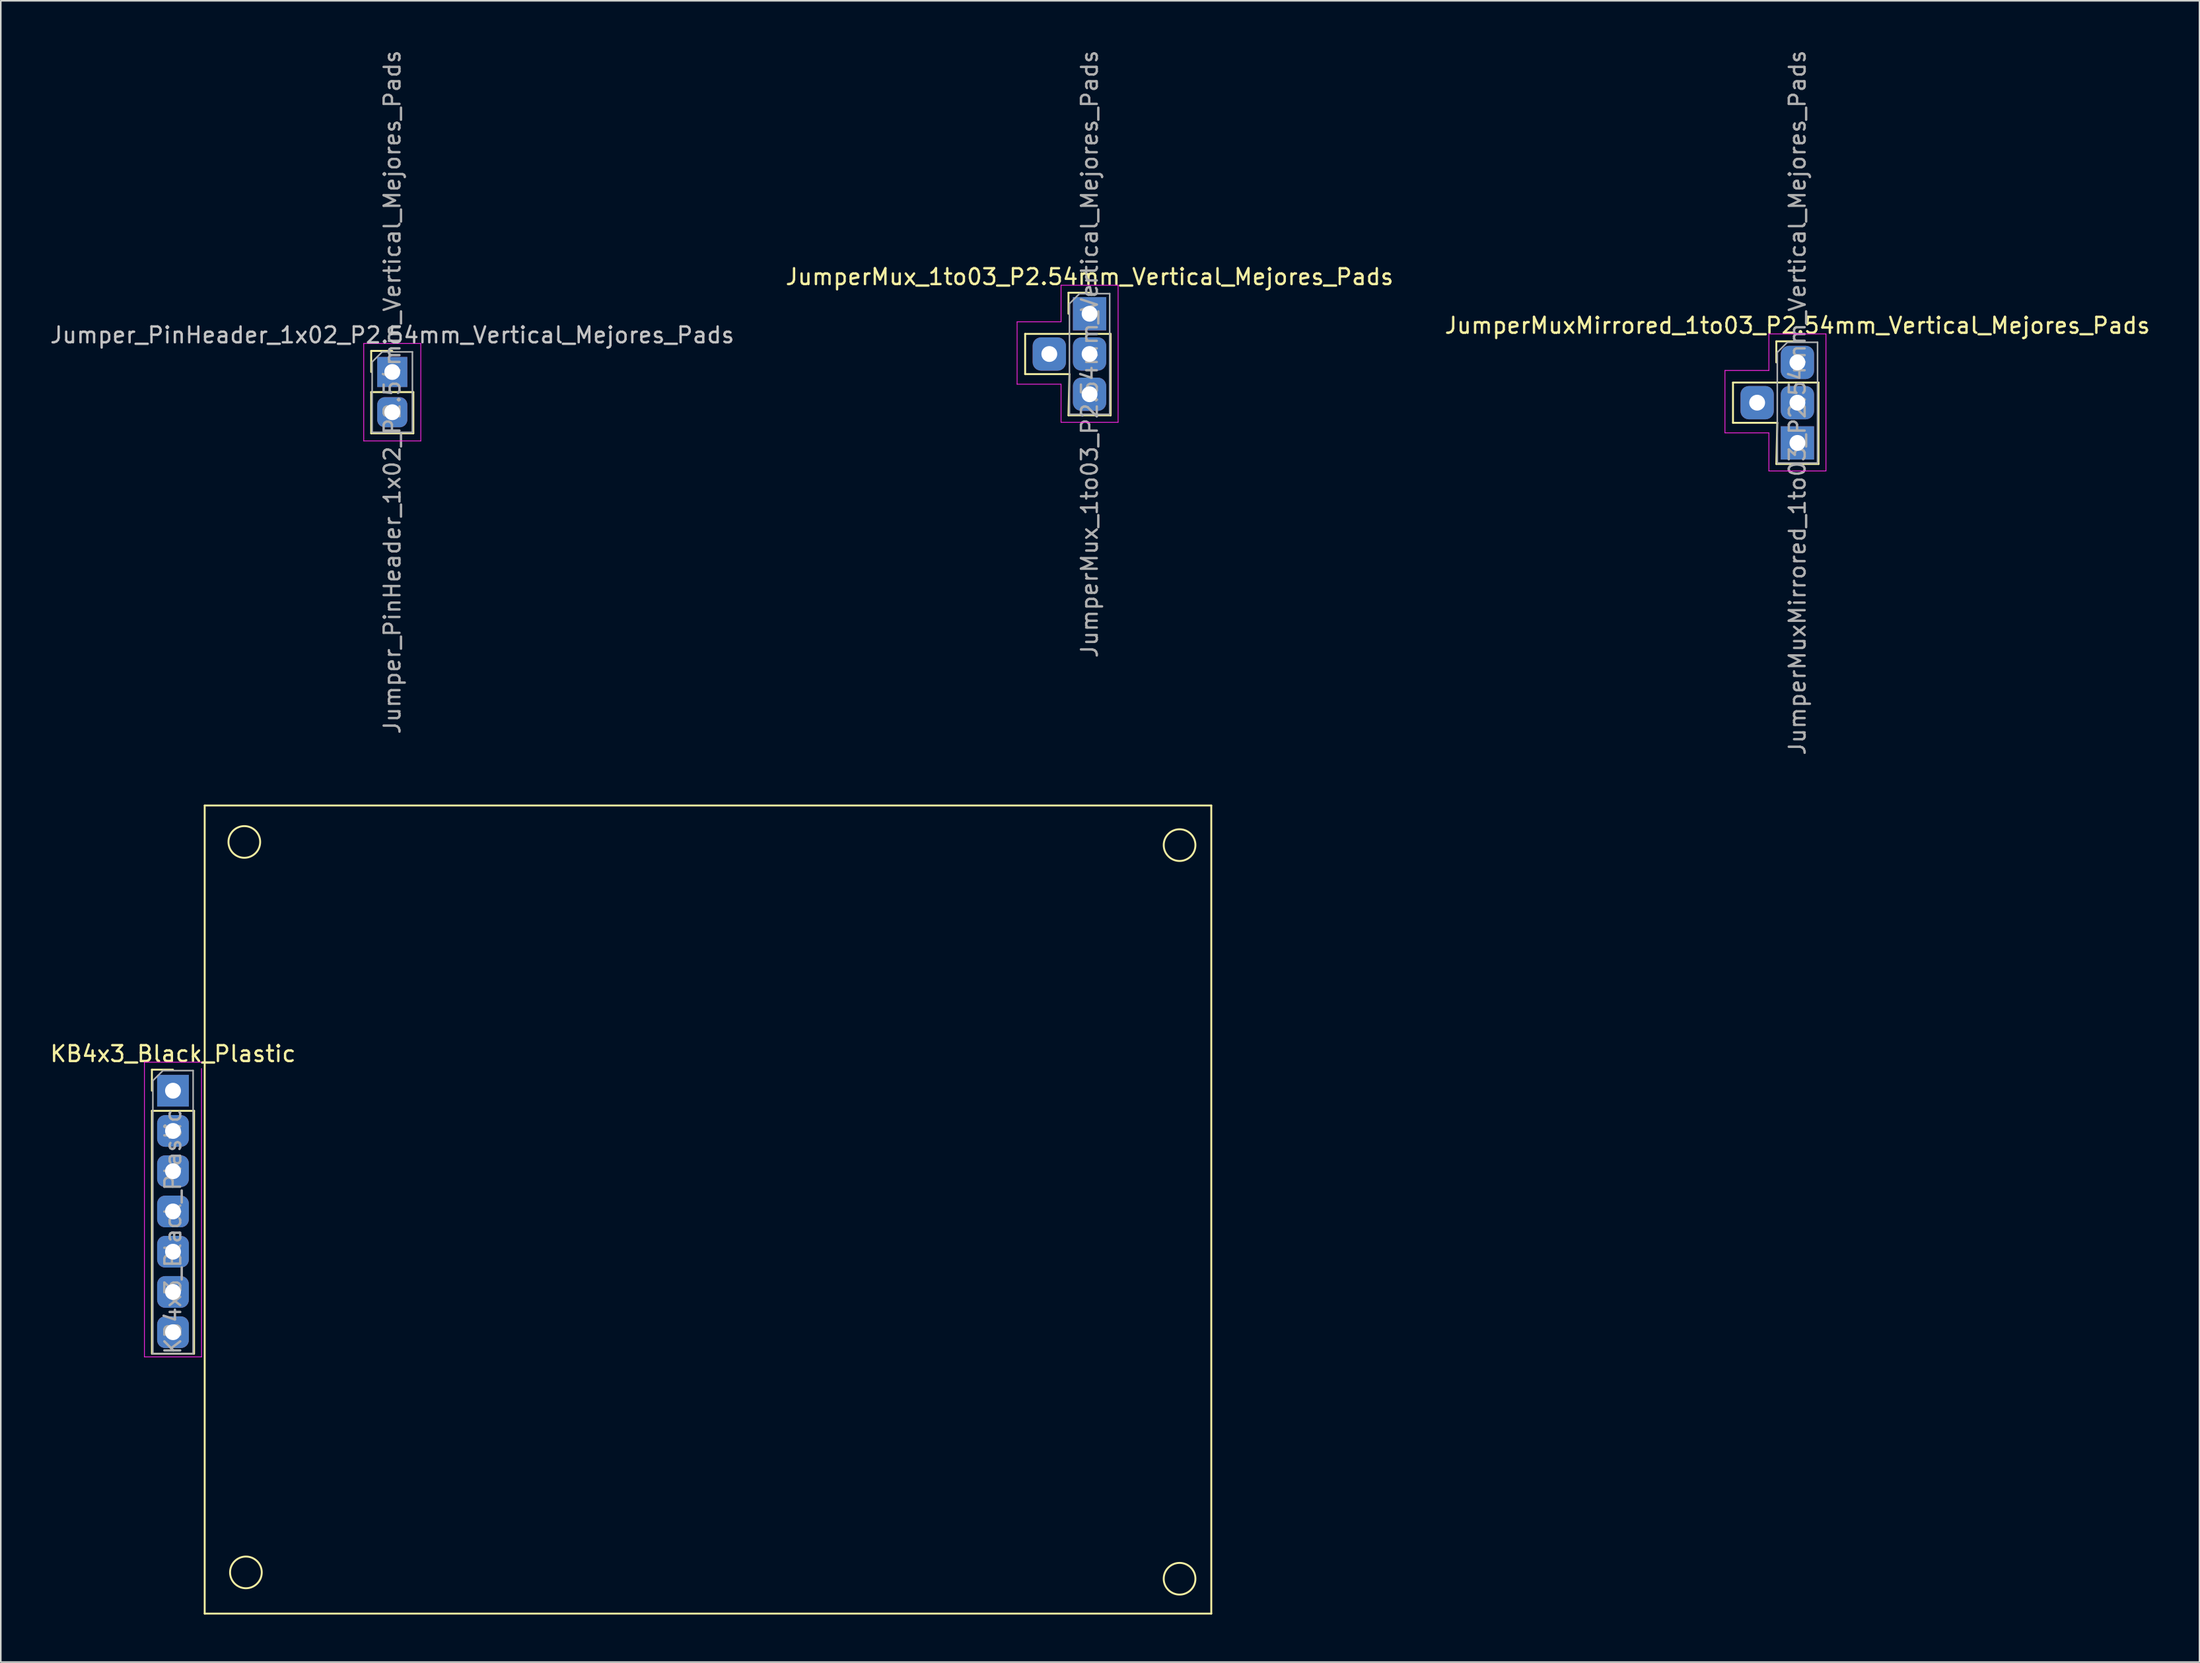
<source format=kicad_pcb>
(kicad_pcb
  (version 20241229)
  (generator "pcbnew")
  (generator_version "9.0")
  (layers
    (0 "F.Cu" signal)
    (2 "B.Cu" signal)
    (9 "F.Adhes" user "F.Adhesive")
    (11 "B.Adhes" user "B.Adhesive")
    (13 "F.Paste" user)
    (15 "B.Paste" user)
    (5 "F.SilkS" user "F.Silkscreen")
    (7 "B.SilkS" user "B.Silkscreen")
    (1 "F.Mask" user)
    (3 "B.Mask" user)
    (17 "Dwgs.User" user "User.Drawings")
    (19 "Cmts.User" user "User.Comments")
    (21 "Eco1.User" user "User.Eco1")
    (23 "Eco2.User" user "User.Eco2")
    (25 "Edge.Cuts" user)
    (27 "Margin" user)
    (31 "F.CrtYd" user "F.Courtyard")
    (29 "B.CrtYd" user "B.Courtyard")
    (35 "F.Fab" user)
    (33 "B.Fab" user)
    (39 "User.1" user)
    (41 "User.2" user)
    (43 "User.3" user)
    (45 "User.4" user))
  (footprint "Jumper_PinHeader_1x02_P2.54mm_Vertical_Mejores_Pads"
    (layer "F.Cu")
    (at 21.696 20.426)
    (property "Reference" "Jumper_PinHeader_1x02_P2.54mm_Vertical_Mejores_Pads" (at 0 -2.33 0) (layer "Dwgs.User") (effects (font (size 1 1) (thickness 0.15))))
    (attr through_hole)
    (fp_line (start -1.33 -1.33) (end 0 -1.33) (stroke (width 0.12) (type solid)) (layer "F.SilkS"))
    (fp_line (start -1.33 0) (end -1.33 -1.33) (stroke (width 0.12) (type solid)) (layer "F.SilkS"))
    (fp_line (start -1.33 1.27) (end -1.33 3.87) (stroke (width 0.12) (type solid)) (layer "F.SilkS"))
    (fp_line (start -1.33 1.27) (end 1.33 1.27) (stroke (width 0.12) (type solid)) (layer "F.SilkS"))
    (fp_line (start -1.33 3.87) (end 1.33 3.87) (stroke (width 0.12) (type solid)) (layer "F.SilkS"))
    (fp_line (start 1.33 1.27) (end 1.33 3.87) (stroke (width 0.12) (type solid)) (layer "F.SilkS"))
    (fp_line (start -1.8 -1.8) (end -1.8 4.35) (stroke (width 0.05) (type solid)) (layer "F.CrtYd"))
    (fp_line (start -1.8 4.35) (end 1.8 4.35) (stroke (width 0.05) (type solid)) (layer "F.CrtYd"))
    (fp_line (start 1.8 -1.8) (end -1.8 -1.8) (stroke (width 0.05) (type solid)) (layer "F.CrtYd"))
    (fp_line (start 1.8 4.35) (end 1.8 -1.8) (stroke (width 0.05) (type solid)) (layer "F.CrtYd"))
    (fp_line (start -1.27 -0.635) (end -0.635 -1.27) (stroke (width 0.1) (type solid)) (layer "F.Fab"))
    (fp_line (start -1.27 3.81) (end -1.27 -0.635) (stroke (width 0.1) (type solid)) (layer "F.Fab"))
    (fp_line (start -0.635 -1.27) (end 1.27 -1.27) (stroke (width 0.1) (type solid)) (layer "F.Fab"))
    (fp_line (start 1.27 -1.27) (end 1.27 3.81) (stroke (width 0.1) (type solid)) (layer "F.Fab"))
    (fp_line (start 1.27 3.81) (end -1.27 3.81) (stroke (width 0.1) (type solid)) (layer "F.Fab"))
    (fp_text user "${REFERENCE}" (at 0 1.27 90) (layer "F.Fab") (effects (font (size 1 1) (thickness 0.15))))
    (pad "1" thru_hole rect (at 0 0) (size 1.9 1.9) (drill 1) (layers "*.Cu" "*.Mask"))
    (pad "2" thru_hole roundrect (at 0 2.54) (size 1.9 1.9) (drill 1) (layers "*.Cu" "*.Mask") (roundrect_rratio 0.25)))
  (footprint "JumperMux_1to03_P2.54mm_Vertical_Mejores_Pads"
    (layer "F.Cu")
    (at 65.685 16.752)
    (property "Reference" "JumperMux_1to03_P2.54mm_Vertical_Mejores_Pads" (at 0 -2.33 0) (layer "F.SilkS") (effects (font (size 1 1) (thickness 0.15))))
    (attr through_hole)
    (fp_line (start -4.064 1.27) (end -4.064 3.81) (stroke (width 0.12) (type solid)) (layer "F.SilkS"))
    (fp_line (start -1.33 -1.33) (end 0 -1.33) (stroke (width 0.12) (type solid)) (layer "F.SilkS"))
    (fp_line (start -1.33 0) (end -1.33 -1.33) (stroke (width 0.12) (type solid)) (layer "F.SilkS"))
    (fp_line (start -1.33 1.27) (end -4.064 1.27) (stroke (width 0.12) (type solid)) (layer "F.SilkS"))
    (fp_line (start -1.33 1.27) (end 1.33 1.27) (stroke (width 0.12) (type solid)) (layer "F.SilkS"))
    (fp_line (start -1.33 6.41) (end 1.33 6.41) (stroke (width 0.12) (type solid)) (layer "F.SilkS"))
    (fp_line (start -1.27 3.81) (end -4.064 3.81) (stroke (width 0.12) (type solid)) (layer "F.SilkS"))
    (fp_line (start -1.27 3.81) (end -1.33 6.41) (stroke (width 0.12) (type solid)) (layer "F.SilkS"))
    (fp_line (start 1.33 1.27) (end 1.33 6.41) (stroke (width 0.12) (type solid)) (layer "F.SilkS"))
    (fp_line (start -4.572 0.508) (end -4.572 4.445) (stroke (width 0.05) (type solid)) (layer "F.CrtYd"))
    (fp_line (start -4.572 0.508) (end -1.8 0.508) (stroke (width 0.05) (type solid)) (layer "F.CrtYd"))
    (fp_line (start -1.8 -1.8) (end -1.8 0.508) (stroke (width 0.05) (type solid)) (layer "F.CrtYd"))
    (fp_line (start -1.8 4.445) (end -4.572 4.445) (stroke (width 0.05) (type solid)) (layer "F.CrtYd"))
    (fp_line (start -1.8 4.445) (end -1.8 6.85) (stroke (width 0.05) (type solid)) (layer "F.CrtYd"))
    (fp_line (start -1.8 6.85) (end 1.8 6.85) (stroke (width 0.05) (type solid)) (layer "F.CrtYd"))
    (fp_line (start 1.8 -1.8) (end -1.8 -1.8) (stroke (width 0.05) (type solid)) (layer "F.CrtYd"))
    (fp_line (start 1.8 6.85) (end 1.8 -1.8) (stroke (width 0.05) (type solid)) (layer "F.CrtYd"))
    (fp_line (start -1.27 -0.635) (end -0.635 -1.27) (stroke (width 0.1) (type solid)) (layer "F.Fab"))
    (fp_line (start -1.27 6.35) (end -1.27 -0.635) (stroke (width 0.1) (type solid)) (layer "F.Fab"))
    (fp_line (start -0.635 -1.27) (end 1.27 -1.27) (stroke (width 0.1) (type solid)) (layer "F.Fab"))
    (fp_line (start 1.27 -1.27) (end 1.27 6.35) (stroke (width 0.1) (type solid)) (layer "F.Fab"))
    (fp_line (start 1.27 6.35) (end -1.27 6.35) (stroke (width 0.1) (type solid)) (layer "F.Fab"))
    (fp_text user "${REFERENCE}" (at 0 2.54 90) (layer "F.Fab") (effects (font (size 1 1) (thickness 0.15))))
    (pad "1" thru_hole rect (at 0 0) (size 2.1 2.1) (drill 1) (layers "*.Cu" "*.Mask"))
    (pad "2" thru_hole roundrect (at 0 2.54) (size 2.1 2.1) (drill 1) (layers "*.Cu" "*.Mask") (roundrect_rratio 0.25))
    (pad "3" thru_hole roundrect (at 0 5.08) (size 2.1 2.1) (drill 1) (layers "*.Cu" "*.Mask") (roundrect_rratio 0.25))
    (pad "4" thru_hole roundrect (at -2.54 2.54) (size 2.1 2.1) (drill 1) (layers "*.Cu" "*.Mask") (roundrect_rratio 0.25)))
  (footprint "KB4x3_Black_Plastic"
    (layer "F.Cu")
    (at 7.863 65.786)
    (property "Reference" "KB4x3_Black_Plastic" (at 0 -2.33 0) (layer "F.SilkS") (effects (font (size 1 1) (thickness 0.15))))
    (attr through_hole)
    (fp_line (start -1.33 -1.33) (end 0 -1.33) (stroke (width 0.12) (type solid)) (layer "F.SilkS"))
    (fp_line (start -1.33 0) (end -1.33 -1.33) (stroke (width 0.12) (type solid)) (layer "F.SilkS"))
    (fp_line (start -1.33 1.27) (end -1.33 16.6) (stroke (width 0.12) (type solid)) (layer "F.SilkS"))
    (fp_line (start -1.33 1.27) (end 1.33 1.27) (stroke (width 0.12) (type solid)) (layer "F.SilkS"))
    (fp_line (start -1.3 16.6) (end 1.3 16.6) (stroke (width 0.12) (type solid)) (layer "F.SilkS"))
    (fp_line (start 1.33 1.27) (end 1.33 16.6) (stroke (width 0.12) (type solid)) (layer "F.SilkS"))
    (fp_line (start 2 -18) (end 65.5 -18) (stroke (width 0.12) (type default)) (layer "F.SilkS"))
    (fp_line (start 2 33) (end 2 -18) (stroke (width 0.12) (type default)) (layer "F.SilkS"))
    (fp_line (start 65.5 -18) (end 65.5 33) (stroke (width 0.12) (type default)) (layer "F.SilkS"))
    (fp_line (start 65.5 33) (end 2 33) (stroke (width 0.12) (type default)) (layer "F.SilkS"))
    (fp_circle (center 4.5 -15.7) (end 5.5 -15.7) (stroke (width 0.12) (type solid)) (fill no) (layer "F.SilkS"))
    (fp_circle (center 4.6 30.4) (end 5.6 30.4) (stroke (width 0.12) (type solid)) (fill no) (layer "F.SilkS"))
    (fp_circle (center 63.5 -15.5) (end 64.5 -15.5) (stroke (width 0.12) (type solid)) (fill no) (layer "F.SilkS"))
    (fp_circle (center 63.5 30.8) (end 64.5 30.8) (stroke (width 0.12) (type solid)) (fill no) (layer "F.SilkS"))
    (fp_line (start -1.8 -1.8) (end -1.8 16.8) (stroke (width 0.05) (type solid)) (layer "F.CrtYd"))
    (fp_line (start -1.8 16.8) (end 1.8 16.8) (stroke (width 0.05) (type solid)) (layer "F.CrtYd"))
    (fp_line (start 1.8 -1.8) (end -1.8 -1.8) (stroke (width 0.05) (type solid)) (layer "F.CrtYd"))
    (fp_line (start 1.8 16.8) (end 1.8 -1.4) (stroke (width 0.05) (type solid)) (layer "F.CrtYd"))
    (fp_line (start -1.27 -0.635) (end -0.635 -1.27) (stroke (width 0.1) (type solid)) (layer "F.Fab"))
    (fp_line (start -1.27 16.6) (end -1.27 -0.635) (stroke (width 0.1) (type solid)) (layer "F.Fab"))
    (fp_line (start -0.635 -1.27) (end 1.27 -1.27) (stroke (width 0.1) (type solid)) (layer "F.Fab"))
    (fp_line (start 1.24 16.6) (end -1.3 16.6) (stroke (width 0.1) (type solid)) (layer "F.Fab"))
    (fp_line (start 1.27 -1.27) (end 1.27 16.6) (stroke (width 0.1) (type solid)) (layer "F.Fab"))
    (fp_text user "${REFERENCE}" (at 0 8.89 90) (layer "F.Fab") (effects (font (size 1 1) (thickness 0.15))))
    (pad "1" thru_hole rect (at 0 0) (size 2 2) (drill 1) (layers "*.Cu" "*.Mask"))
    (pad "2" thru_hole roundrect (at 0 2.54) (size 2 2) (drill 1) (layers "*.Cu" "*.Mask") (roundrect_rratio 0.25))
    (pad "3" thru_hole roundrect (at 0 5.08) (size 2 2) (drill 1) (layers "*.Cu" "*.Mask") (roundrect_rratio 0.25))
    (pad "4" thru_hole roundrect (at 0 7.62) (size 2 2) (drill 1) (layers "*.Cu" "*.Mask") (roundrect_rratio 0.25))
    (pad "5" thru_hole roundrect (at 0 10.16) (size 2 2) (drill 1) (layers "*.Cu" "*.Mask") (roundrect_rratio 0.25))
    (pad "6" thru_hole roundrect (at 0 12.7) (size 2 2) (drill 1) (layers "*.Cu" "*.Mask") (roundrect_rratio 0.25))
    (pad "7" thru_hole roundrect (at 0 15.24) (size 2 2) (drill 1) (layers "*.Cu" "*.Mask") (roundrect_rratio 0.25)))
  (footprint "JumperMuxMirrored_1to03_P2.54mm_Vertical_Mejores_Pads"
    (layer "F.Cu")
    (at 110.339 19.823)
    (property "Reference" "JumperMuxMirrored_1to03_P2.54mm_Vertical_Mejores_Pads" (at 0 -2.33 0) (layer "F.SilkS") (effects (font (size 1 1) (thickness 0.15))))
    (attr through_hole)
    (fp_line (start -4.064 1.27) (end -4.064 3.81) (stroke (width 0.12) (type solid)) (layer "F.SilkS"))
    (fp_line (start -1.33 -1.33) (end 0 -1.33) (stroke (width 0.12) (type solid)) (layer "F.SilkS"))
    (fp_line (start -1.33 0) (end -1.33 -1.33) (stroke (width 0.12) (type solid)) (layer "F.SilkS"))
    (fp_line (start -1.33 1.27) (end -4.064 1.27) (stroke (width 0.12) (type solid)) (layer "F.SilkS"))
    (fp_line (start -1.33 1.27) (end 1.33 1.27) (stroke (width 0.12) (type solid)) (layer "F.SilkS"))
    (fp_line (start -1.33 6.41) (end 1.33 6.41) (stroke (width 0.12) (type solid)) (layer "F.SilkS"))
    (fp_line (start -1.27 3.81) (end -4.064 3.81) (stroke (width 0.12) (type solid)) (layer "F.SilkS"))
    (fp_line (start -1.27 3.81) (end -1.33 6.41) (stroke (width 0.12) (type solid)) (layer "F.SilkS"))
    (fp_line (start 1.33 1.27) (end 1.33 6.41) (stroke (width 0.12) (type solid)) (layer "F.SilkS"))
    (fp_line (start -4.572 0.508) (end -4.572 4.445) (stroke (width 0.05) (type solid)) (layer "F.CrtYd"))
    (fp_line (start -4.572 0.508) (end -1.8 0.508) (stroke (width 0.05) (type solid)) (layer "F.CrtYd"))
    (fp_line (start -1.8 -1.8) (end -1.8 0.508) (stroke (width 0.05) (type solid)) (layer "F.CrtYd"))
    (fp_line (start -1.8 4.445) (end -4.572 4.445) (stroke (width 0.05) (type solid)) (layer "F.CrtYd"))
    (fp_line (start -1.8 4.445) (end -1.8 6.85) (stroke (width 0.05) (type solid)) (layer "F.CrtYd"))
    (fp_line (start -1.8 6.85) (end 1.8 6.85) (stroke (width 0.05) (type solid)) (layer "F.CrtYd"))
    (fp_line (start 1.8 -1.8) (end -1.8 -1.8) (stroke (width 0.05) (type solid)) (layer "F.CrtYd"))
    (fp_line (start 1.8 6.85) (end 1.8 -1.8) (stroke (width 0.05) (type solid)) (layer "F.CrtYd"))
    (fp_line (start -1.27 -0.635) (end -0.635 -1.27) (stroke (width 0.1) (type solid)) (layer "F.Fab"))
    (fp_line (start -1.27 6.35) (end -1.27 -0.635) (stroke (width 0.1) (type solid)) (layer "F.Fab"))
    (fp_line (start -0.635 -1.27) (end 1.27 -1.27) (stroke (width 0.1) (type solid)) (layer "F.Fab"))
    (fp_line (start 1.27 -1.27) (end 1.27 6.35) (stroke (width 0.1) (type solid)) (layer "F.Fab"))
    (fp_line (start 1.27 6.35) (end -1.27 6.35) (stroke (width 0.1) (type solid)) (layer "F.Fab"))
    (fp_text user "${REFERENCE}" (at 0 2.54 90) (layer "F.Fab") (effects (font (size 1 1) (thickness 0.15))))
    (pad "1" thru_hole rect (at 0 5.08) (size 2.1 2.1) (drill 1) (layers "*.Cu" "*.Mask"))
    (pad "2" thru_hole roundrect (at 0 2.54) (size 2.1 2.1) (drill 1) (layers "*.Cu" "*.Mask") (roundrect_rratio 0.25))
    (pad "3" thru_hole roundrect (at 0 0) (size 2.1 2.1) (drill 1) (layers "*.Cu" "*.Mask") (roundrect_rratio 0.25))
    (pad "4" thru_hole roundrect (at -2.54 2.54) (size 2.1 2.1) (drill 1) (layers "*.Cu" "*.Mask") (roundrect_rratio 0.25)))
  (gr_rect
    (start -3 -3)
    (end 135.702 101.846)
    (stroke (width 0.1) (type default))
    (fill no)
    (layer "Edge.Cuts")))
</source>
